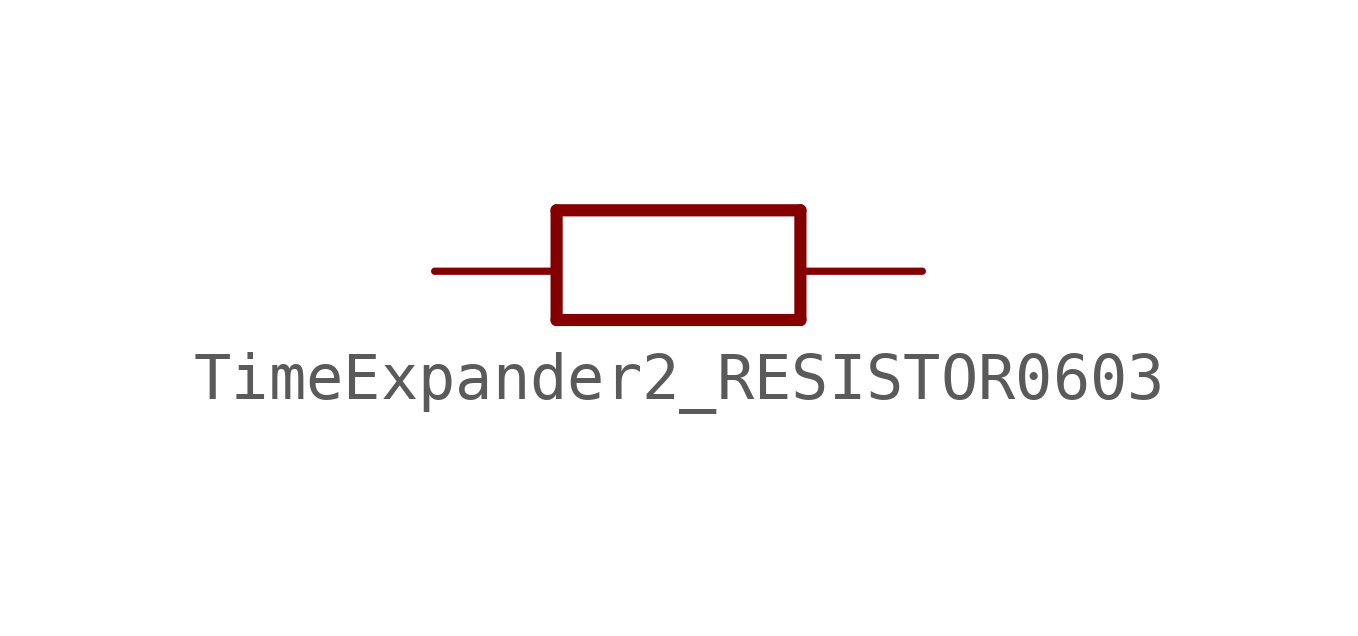
<source format=kicad_sym>
(kicad_symbol_lib
  (version 20231120)
  (generator "kicad_symbol_editor")
  (generator_version "8.0")
  (symbol "TimeExpander2_RESISTOR0603"
    (property "Reference" ""
      (at 4.064 1.905 0)
      (effects (font (size 1.27 1.079)) (justify left bottom) (hide yes)))
    (property "Value" ""
      (at 4.064 -0.381 0)
      (effects (font (size 1.27 1.079)) (justify left bottom)))
    (property "ki_locked" ""
      (at 0 0 0)
      (effects (font (size 1.27 1.27))))
    (symbol "TimeExpander2_RESISTOR0603_1_0"
      (polyline (pts (xy 2.54 -1.016) (xy 7.62 -1.016)) (stroke (width 0.254) (type solid)) (fill (type none)))
      (polyline (pts (xy 2.54 1.27) (xy 2.54 -1.016)) (stroke (width 0.254) (type solid)) (fill (type none)))
      (polyline (pts (xy 7.62 -1.016) (xy 7.62 1.27)) (stroke (width 0.254) (type solid)) (fill (type none)))
      (polyline (pts (xy 7.62 1.27) (xy 2.54 1.27)) (stroke (width 0.254) (type solid)) (fill (type none)))
      (pin bidirectional line (at 0 0 0) (length 2.54) (name "P$1" (effects (font (size 0 0)))) (number "P$1" (effects (font (size 0 0)))))
      (pin bidirectional line (at 10.16 0 180) (length 2.54) (name "P$2" (effects (font (size 0 0)))) (number "P$2" (effects (font (size 0 0))))))))
</source>
